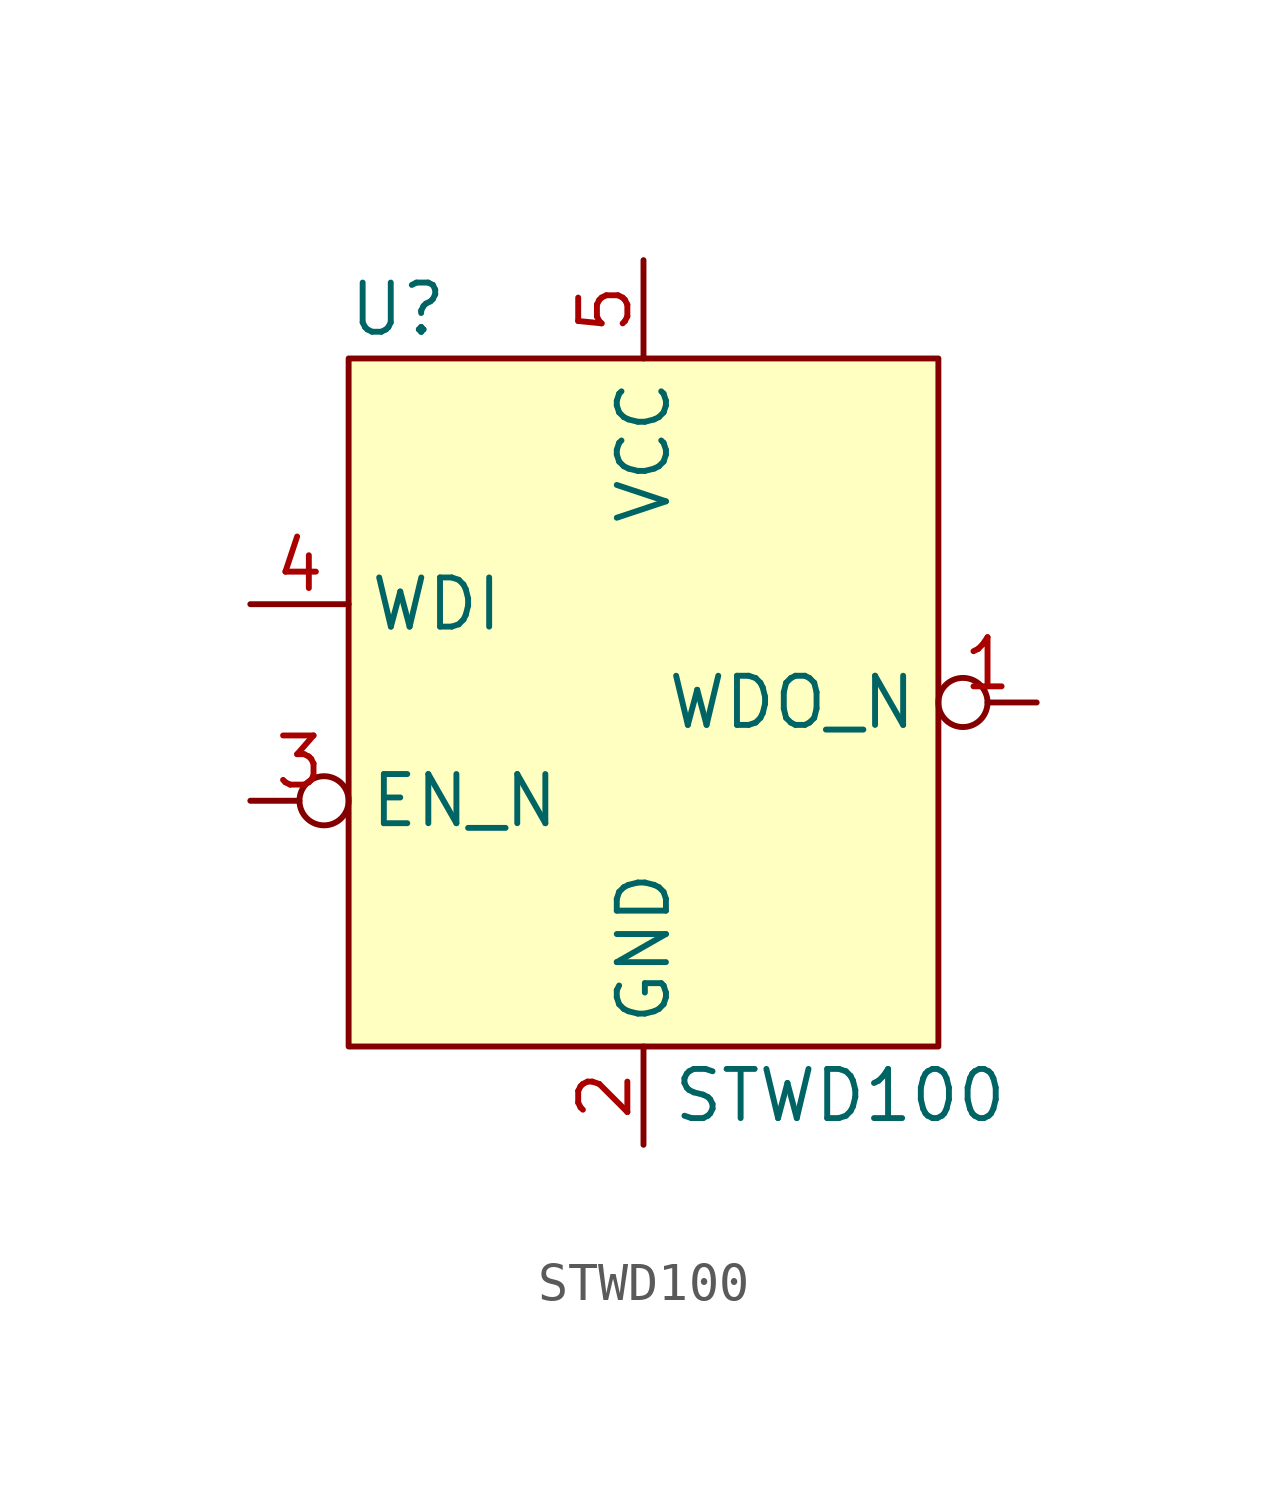
<source format=kicad_sym>
(kicad_symbol_lib
  (version 20210619)
  (generator kicad_symbol_editor)
  (symbol "Power_Supervisor_GTR:STWD100"
    (property "Reference" "U"
      (at -6.35 10.16 0)
      (effects (font (size 1.27 1.27))))
    (property "Value" "STWD100"
      (at 5.08 -10.16 0)
      (effects (font (size 1.27 1.27))))
    (symbol "STWD100_0_1"
      (rectangle (start -7.62 8.89) (end 7.62 -8.89) (stroke (width 0.152)) (fill (type background))))
    (symbol "STWD100_1_1"
      (pin output inverted (at 10.16 0 180) (length 2.54) (name "WDO_N" (effects (font (size 1.27 1.27)))) (number "1" (effects (font (size 1.27 1.27)))))
      (pin power_out line (at 0 -11.43 90) (length 2.54) (name "GND" (effects (font (size 1.27 1.27)))) (number "2" (effects (font (size 1.27 1.27)))))
      (pin input inverted (at -10.16 -2.54 0) (length 2.54) (name "EN_N" (effects (font (size 1.27 1.27)))) (number "3" (effects (font (size 1.27 1.27)))))
      (pin input line (at -10.16 2.54 0) (length 2.54) (name "WDI" (effects (font (size 1.27 1.27)))) (number "4" (effects (font (size 1.27 1.27)))))
      (pin power_in line (at 0 11.43 270) (length 2.54) (name "VCC" (effects (font (size 1.27 1.27)))) (number "5" (effects (font (size 1.27 1.27))))))))
</source>
